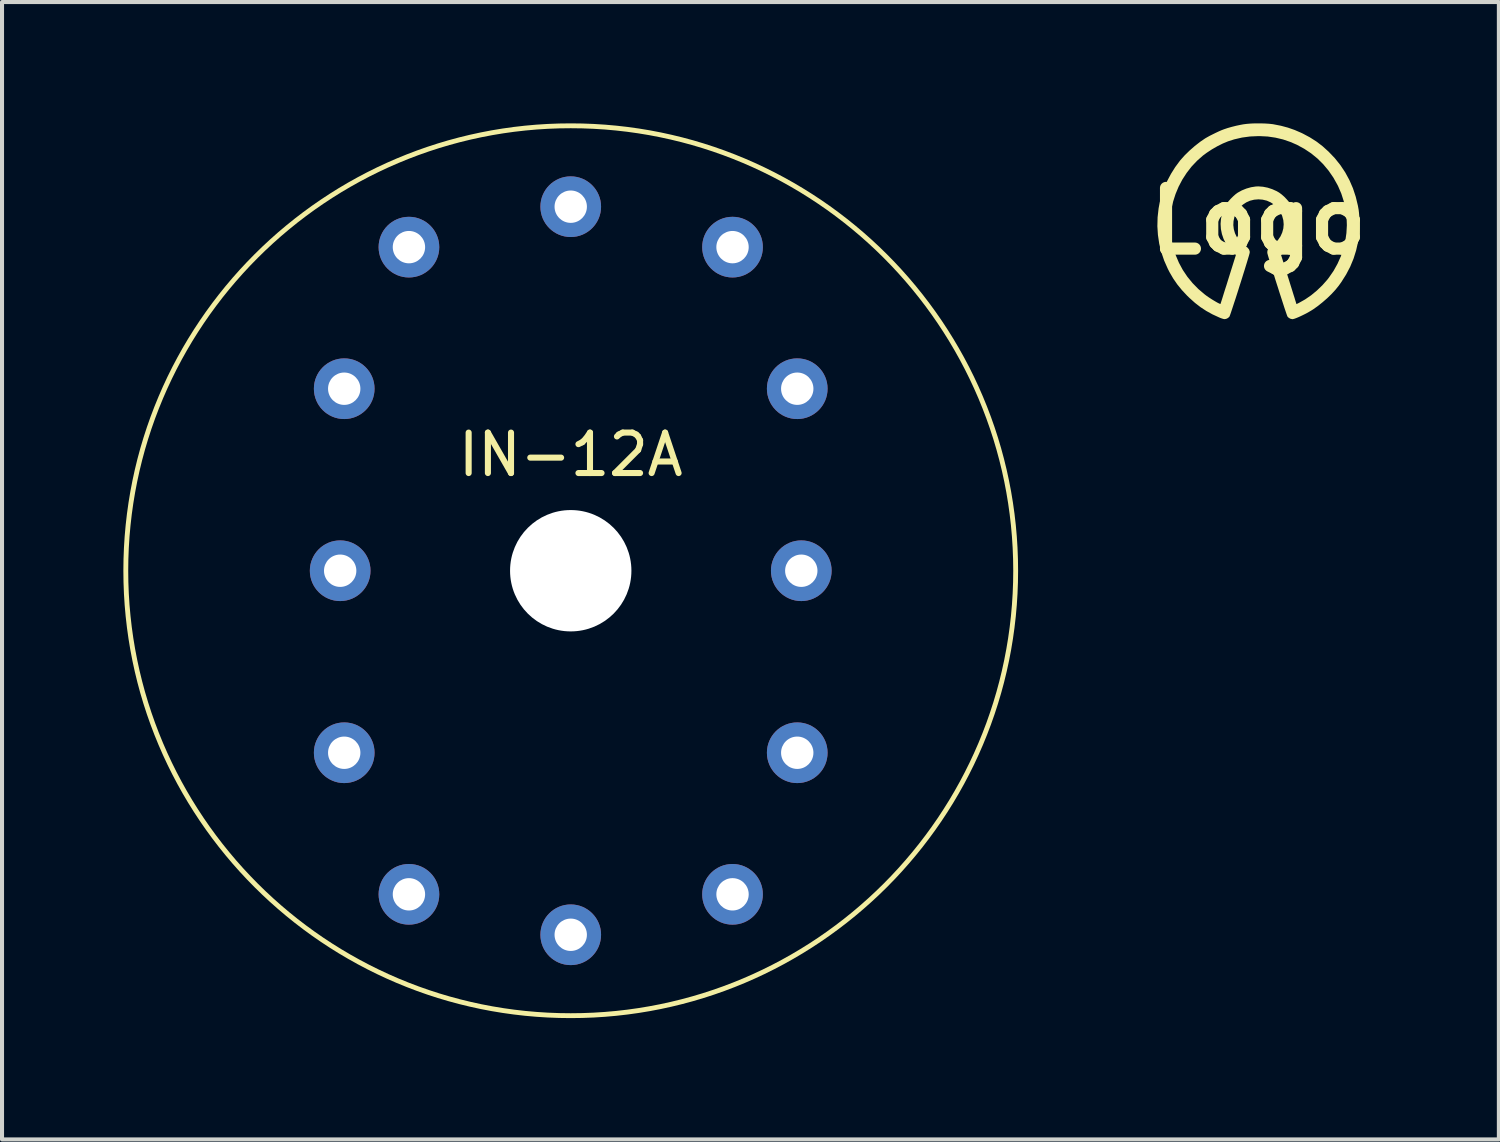
<source format=kicad_pcb>
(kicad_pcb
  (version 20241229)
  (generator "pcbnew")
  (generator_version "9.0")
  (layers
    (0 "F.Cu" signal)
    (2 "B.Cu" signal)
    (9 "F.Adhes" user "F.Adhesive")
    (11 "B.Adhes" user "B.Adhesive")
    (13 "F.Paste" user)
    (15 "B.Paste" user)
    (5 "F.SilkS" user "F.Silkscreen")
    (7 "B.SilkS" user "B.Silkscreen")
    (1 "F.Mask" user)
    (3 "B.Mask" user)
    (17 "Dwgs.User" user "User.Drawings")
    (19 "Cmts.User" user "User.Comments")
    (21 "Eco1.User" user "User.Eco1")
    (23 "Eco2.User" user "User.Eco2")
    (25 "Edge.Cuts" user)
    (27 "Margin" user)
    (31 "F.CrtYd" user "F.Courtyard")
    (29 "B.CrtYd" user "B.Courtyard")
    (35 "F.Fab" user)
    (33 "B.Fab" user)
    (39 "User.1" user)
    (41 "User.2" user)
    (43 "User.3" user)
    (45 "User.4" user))
  (footprint "IN-12A"
    (layer "F.Cu")
    (at 11.06 11.06)
    (property "Reference" "IN-12A" (at 0 -2.87 0) (layer "F.SilkS") (effects (font (size 1 1) (thickness 0.15))))
    (attr through_hole)
    (fp_circle (center 0 0) (end 11 0) (stroke (width 0.12) (type solid)) (fill no) (layer "F.SilkS"))
    (pad "" np_thru_hole circle (at 0 0) (size 3 3) (drill 3) (layers "*.Cu" "*.Mask"))
    (pad "0" thru_hole circle (at 5.6 4.5) (size 1.5 1.5) (drill 0.8) (layers "*.Cu" "*.Mask"))
    (pad "1" thru_hole circle (at -4 8) (size 1.5 1.5) (drill 0.8) (layers "*.Cu" "*.Mask"))
    (pad "2" thru_hole circle (at -5.6 4.5) (size 1.5 1.5) (drill 0.8) (layers "*.Cu" "*.Mask"))
    (pad "3" thru_hole circle (at -5.7 0) (size 1.5 1.5) (drill 0.8) (layers "*.Cu" "*.Mask"))
    (pad "4" thru_hole circle (at -5.6 -4.5) (size 1.5 1.5) (drill 0.8) (layers "*.Cu" "*.Mask"))
    (pad "5" thru_hole circle (at -4 -8) (size 1.5 1.5) (drill 0.8) (layers "*.Cu" "*.Mask"))
    (pad "6" thru_hole circle (at 0 -9) (size 1.5 1.5) (drill 0.8) (layers "*.Cu" "*.Mask"))
    (pad "7" thru_hole circle (at 4 -8) (size 1.5 1.5) (drill 0.8) (layers "*.Cu" "*.Mask"))
    (pad "8" thru_hole circle (at 5.6 -4.5) (size 1.5 1.5) (drill 0.8) (layers "*.Cu" "*.Mask"))
    (pad "9" thru_hole circle (at 5.7 0) (size 1.5 1.5) (drill 0.8) (layers "*.Cu" "*.Mask"))
    (pad "A" thru_hole circle (at 4 8) (size 1.5 1.5) (drill 0.8) (layers "*.Cu" "*.Mask"))
    (pad "DP" thru_hole circle (at 0 9) (size 1.5 1.5) (drill 0.8) (layers "*.Cu" "*.Mask")))
  (footprint "Logo"
    (layer "F.Cu")
    (at 28.063 2.418)
    (property "Reference" "Logo" (at 0 0 0) (layer "F.SilkS") (effects (font (size 1.5 1.5) (thickness 0.3))))
    (attr board_only exclude_from_pos_files exclude_from_bom)
    (fp_poly (pts (xy 0.151 -2.415) (xy 0.255 -2.409) (xy 0.347 -2.399) (xy 0.371 -2.395) (xy 0.555 -2.359) (xy 0.727 -2.313) (xy 0.893 -2.255) (xy 1.06 -2.183) (xy 1.099 -2.164) (xy 1.271 -2.072) (xy 1.43 -1.971) (xy 1.58 -1.857) (xy 1.725 -1.726) (xy 1.731 -1.721) (xy 1.886 -1.559) (xy 2.024 -1.387) (xy 2.145 -1.205) (xy 2.249 -1.013) (xy 2.336 -0.812) (xy 2.405 -0.602) (xy 2.458 -0.383) (xy 2.477 -0.277) (xy 2.485 -0.206) (xy 2.492 -0.122) (xy 2.497 -0.03) (xy 2.499 0.064) (xy 2.499 0.155) (xy 2.496 0.237) (xy 2.492 0.288) (xy 2.462 0.51) (xy 2.414 0.723) (xy 2.35 0.927) (xy 2.268 1.125) (xy 2.167 1.318) (xy 2.048 1.506) (xy 1.983 1.597) (xy 1.902 1.697) (xy 1.806 1.801) (xy 1.7 1.904) (xy 1.586 2.003) (xy 1.47 2.096) (xy 1.353 2.179) (xy 1.304 2.21) (xy 1.244 2.245) (xy 1.18 2.281) (xy 1.112 2.315) (xy 1.046 2.347) (xy 0.984 2.375) (xy 0.928 2.398) (xy 0.882 2.414) (xy 0.848 2.422) (xy 0.84 2.423) (xy 0.794 2.414) (xy 0.75 2.391) (xy 0.718 2.36) (xy 0.712 2.347) (xy 0.701 2.317) (xy 0.685 2.271) (xy 0.665 2.212) (xy 0.641 2.141) (xy 0.615 2.06) (xy 0.586 1.97) (xy 0.555 1.874) (xy 0.522 1.773) (xy 0.489 1.668) (xy 0.455 1.562) (xy 0.421 1.456) (xy 0.389 1.352) (xy 0.357 1.251) (xy 0.328 1.155) (xy 0.3 1.067) (xy 0.276 0.987) (xy 0.255 0.918) (xy 0.238 0.86) (xy 0.226 0.817) (xy 0.219 0.789) (xy 0.218 0.781) (xy 0.22 0.733) (xy 0.24 0.689) (xy 0.279 0.646) (xy 0.319 0.615) (xy 0.409 0.545) (xy 0.484 0.464) (xy 0.544 0.376) (xy 0.587 0.281) (xy 0.614 0.181) (xy 0.623 0.079) (xy 0.614 -0.025) (xy 0.586 -0.128) (xy 0.58 -0.145) (xy 0.53 -0.245) (xy 0.466 -0.333) (xy 0.39 -0.406) (xy 0.303 -0.464) (xy 0.207 -0.507) (xy 0.102 -0.532) (xy 0 -0.54) (xy -0.108 -0.531) (xy -0.209 -0.506) (xy -0.301 -0.465) (xy -0.383 -0.411) (xy -0.454 -0.346) (xy -0.515 -0.27) (xy -0.562 -0.187) (xy -0.597 -0.096) (xy -0.617 -0.001) (xy -0.622 0.097) (xy -0.61 0.198) (xy -0.581 0.298) (xy -0.534 0.396) (xy -0.533 0.399) (xy -0.484 0.467) (xy -0.421 0.534) (xy -0.347 0.596) (xy -0.319 0.615) (xy -0.266 0.658) (xy -0.233 0.701) (xy -0.217 0.747) (xy -0.217 0.781) (xy -0.222 0.8) (xy -0.231 0.835) (xy -0.246 0.886) (xy -0.265 0.949) (xy -0.287 1.023) (xy -0.313 1.107) (xy -0.341 1.199) (xy -0.372 1.297) (xy -0.404 1.4) (xy -0.437 1.505) (xy -0.471 1.611) (xy -0.504 1.717) (xy -0.537 1.82) (xy -0.569 1.92) (xy -0.6 2.013) (xy -0.628 2.099) (xy -0.653 2.175) (xy -0.675 2.241) (xy -0.693 2.294) (xy -0.707 2.333) (xy -0.716 2.355) (xy -0.718 2.36) (xy -0.754 2.394) (xy -0.8 2.416) (xy -0.842 2.422) (xy -0.864 2.418) (xy -0.899 2.408) (xy -0.941 2.393) (xy -0.972 2.38) (xy -1.139 2.303) (xy -1.291 2.219) (xy -1.434 2.125) (xy -1.57 2.02) (xy -1.705 1.899) (xy -1.764 1.842) (xy -1.893 1.704) (xy -2.007 1.564) (xy -2.107 1.419) (xy -2.198 1.263) (xy -2.242 1.177) (xy -2.332 0.974) (xy -2.402 0.767) (xy -2.454 0.555) (xy -2.486 0.34) (xy -2.5 0.122) (xy -2.499 0.098) (xy -2.186 0.098) (xy -2.179 0.234) (xy -2.153 0.443) (xy -2.108 0.646) (xy -2.046 0.841) (xy -1.967 1.028) (xy -1.871 1.206) (xy -1.758 1.374) (xy -1.63 1.531) (xy -1.486 1.678) (xy -1.328 1.812) (xy -1.28 1.848) (xy -1.238 1.877) (xy -1.191 1.908) (xy -1.141 1.94) (xy -1.091 1.97) (xy -1.044 1.998) (xy -1.002 2.021) (xy -0.969 2.037) (xy -0.947 2.046) (xy -0.94 2.047) (xy -0.936 2.037) (xy -0.928 2.011) (xy -0.914 1.968) (xy -0.896 1.912) (xy -0.875 1.844) (xy -0.85 1.764) (xy -0.822 1.675) (xy -0.791 1.579) (xy -0.759 1.476) (xy -0.748 1.44) (xy -0.559 0.837) (xy -0.641 0.759) (xy -0.731 0.661) (xy -0.805 0.554) (xy -0.863 0.439) (xy -0.904 0.318) (xy -0.929 0.194) (xy -0.937 0.068) (xy -0.927 -0.058) (xy -0.9 -0.183) (xy -0.856 -0.304) (xy -0.794 -0.419) (xy -0.786 -0.432) (xy -0.742 -0.491) (xy -0.686 -0.554) (xy -0.625 -0.614) (xy -0.564 -0.668) (xy -0.513 -0.705) (xy -0.411 -0.761) (xy -0.3 -0.806) (xy -0.184 -0.839) (xy -0.068 -0.857) (xy 0 -0.86) (xy 0.112 -0.851) (xy 0.228 -0.828) (xy 0.343 -0.79) (xy 0.452 -0.741) (xy 0.513 -0.705) (xy 0.571 -0.662) (xy 0.633 -0.608) (xy 0.693 -0.546) (xy 0.747 -0.484) (xy 0.786 -0.432) (xy 0.85 -0.317) (xy 0.896 -0.197) (xy 0.925 -0.072) (xy 0.937 0.054) (xy 0.931 0.18) (xy 0.908 0.304) (xy 0.869 0.425) (xy 0.813 0.541) (xy 0.741 0.649) (xy 0.652 0.748) (xy 0.641 0.759) (xy 0.559 0.837) (xy 0.729 1.378) (xy 0.761 1.479) (xy 0.791 1.576) (xy 0.82 1.668) (xy 0.846 1.751) (xy 0.869 1.826) (xy 0.889 1.888) (xy 0.904 1.938) (xy 0.914 1.971) (xy 0.919 1.986) (xy 0.939 2.051) (xy 0.999 2.021) (xy 1.152 1.935) (xy 1.302 1.832) (xy 1.445 1.714) (xy 1.58 1.584) (xy 1.703 1.445) (xy 1.74 1.397) (xy 1.856 1.229) (xy 1.954 1.053) (xy 2.036 0.87) (xy 2.099 0.682) (xy 2.146 0.49) (xy 2.174 0.295) (xy 2.185 0.098) (xy 2.178 -0.1) (xy 2.153 -0.296) (xy 2.109 -0.49) (xy 2.048 -0.681) (xy 1.968 -0.867) (xy 1.954 -0.894) (xy 1.851 -1.078) (xy 1.733 -1.249) (xy 1.602 -1.406) (xy 1.458 -1.549) (xy 1.301 -1.677) (xy 1.131 -1.79) (xy 0.949 -1.889) (xy 0.787 -1.959) (xy 0.605 -2.021) (xy 0.419 -2.065) (xy 0.228 -2.093) (xy 0.029 -2.103) (xy 0 -2.103) (xy -0.208 -2.094) (xy -0.408 -2.067) (xy -0.602 -2.022) (xy -0.752 -1.974) (xy -0.882 -1.92) (xy -1.016 -1.853) (xy -1.15 -1.776) (xy -1.278 -1.692) (xy -1.373 -1.622) (xy -1.52 -1.492) (xy -1.655 -1.349) (xy -1.775 -1.194) (xy -1.882 -1.029) (xy -1.974 -0.854) (xy -2.05 -0.672) (xy -2.11 -0.485) (xy -2.153 -0.293) (xy -2.179 -0.098) (xy -2.186 0.098) (xy -2.499 0.098) (xy -2.494 -0.097) (xy -2.469 -0.318) (xy -2.441 -0.467) (xy -2.395 -0.643) (xy -2.332 -0.822) (xy -2.254 -0.999) (xy -2.162 -1.172) (xy -2.059 -1.336) (xy -1.946 -1.489) (xy -1.932 -1.507) (xy -1.825 -1.627) (xy -1.704 -1.745) (xy -1.574 -1.859) (xy -1.439 -1.964) (xy -1.319 -2.046) (xy -1.269 -2.075) (xy -1.206 -2.11) (xy -1.134 -2.146) (xy -1.059 -2.183) (xy -0.985 -2.218) (xy -0.916 -2.248) (xy -0.859 -2.27) (xy -0.859 -2.27) (xy -0.765 -2.302) (xy -0.659 -2.332) (xy -0.547 -2.36) (xy -0.437 -2.383) (xy -0.371 -2.395) (xy -0.284 -2.406) (xy -0.183 -2.414) (xy -0.073 -2.418) (xy 0.04 -2.418)) (stroke (width 0) (type solid)) (fill yes) (layer "F.SilkS")))
  (gr_rect
    (start -3 -3)
    (end 34.006 25.12)
    (stroke (width 0.1) (type default))
    (fill no)
    (layer "Edge.Cuts")))
</source>
